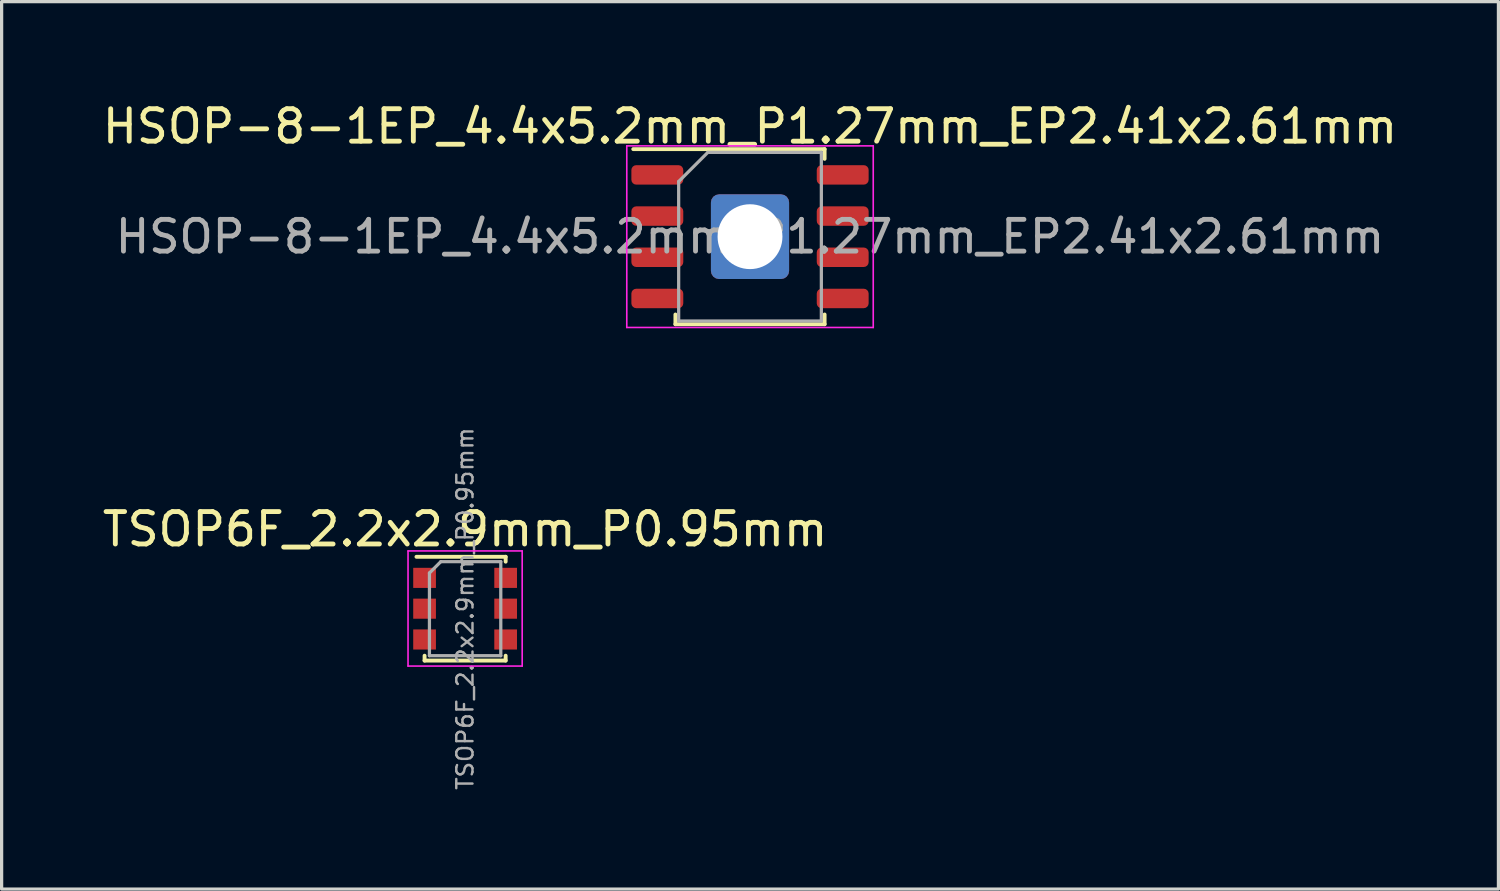
<source format=kicad_pcb>
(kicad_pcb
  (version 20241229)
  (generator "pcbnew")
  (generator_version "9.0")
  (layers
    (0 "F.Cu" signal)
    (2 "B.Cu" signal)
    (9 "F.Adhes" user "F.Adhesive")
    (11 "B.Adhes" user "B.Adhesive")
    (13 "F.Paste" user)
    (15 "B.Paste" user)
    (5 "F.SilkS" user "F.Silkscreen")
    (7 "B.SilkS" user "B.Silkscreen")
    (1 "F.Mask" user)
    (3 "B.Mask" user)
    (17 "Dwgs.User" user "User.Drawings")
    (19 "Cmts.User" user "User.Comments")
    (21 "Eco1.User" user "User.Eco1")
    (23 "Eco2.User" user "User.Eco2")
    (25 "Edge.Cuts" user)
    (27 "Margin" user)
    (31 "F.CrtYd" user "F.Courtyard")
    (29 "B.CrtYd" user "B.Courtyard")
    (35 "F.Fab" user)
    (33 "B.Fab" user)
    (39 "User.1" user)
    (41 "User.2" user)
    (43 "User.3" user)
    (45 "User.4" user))
  (footprint "HSOP-8-1EP_4.4x5.2mm_P1.27mm_EP2.41x2.61mm"
    (layer "F.Cu")
    (at 20.077 4.248)
    (property "Reference" "HSOP-8-1EP_4.4x5.2mm_P1.27mm_EP2.41x2.61mm" (at 0 -3.4 0) (layer "F.SilkS") (effects (font (size 1 1) (thickness 0.15))))
    (attr smd)
    (fp_line (start -3.6 -2.7) (end 2.3 -2.7) (stroke (width 0.12) (type solid)) (layer "F.SilkS"))
    (fp_line (start -2.3 2.4) (end -2.3 2.7) (stroke (width 0.12) (type solid)) (layer "F.SilkS"))
    (fp_line (start -2.3 2.7) (end 2.3 2.7) (stroke (width 0.12) (type solid)) (layer "F.SilkS"))
    (fp_line (start 2.3 -2.7) (end 2.3 -2.4) (stroke (width 0.12) (type solid)) (layer "F.SilkS"))
    (fp_line (start 2.3 2.4) (end 2.3 2.7) (stroke (width 0.12) (type solid)) (layer "F.SilkS"))
    (fp_line (start -3.8 -2.8) (end -3.8 2.8) (stroke (width 0.05) (type solid)) (layer "F.CrtYd"))
    (fp_line (start -3.8 2.8) (end 3.8 2.8) (stroke (width 0.05) (type solid)) (layer "F.CrtYd"))
    (fp_line (start 3.8 -2.8) (end -3.8 -2.8) (stroke (width 0.05) (type solid)) (layer "F.CrtYd"))
    (fp_line (start 3.8 2.8) (end 3.8 -2.8) (stroke (width 0.05) (type solid)) (layer "F.CrtYd"))
    (fp_line (start -2.2 -1.7) (end -1.3 -2.6) (stroke (width 0.1) (type solid)) (layer "F.Fab"))
    (fp_line (start -2.2 2.6) (end -2.2 -1.7) (stroke (width 0.1) (type solid)) (layer "F.Fab"))
    (fp_line (start -1.3 -2.6) (end 2.2 -2.6) (stroke (width 0.1) (type solid)) (layer "F.Fab"))
    (fp_line (start 2.2 -2.6) (end 2.2 2.6) (stroke (width 0.1) (type solid)) (layer "F.Fab"))
    (fp_line (start 2.2 2.6) (end -2.2 2.6) (stroke (width 0.1) (type solid)) (layer "F.Fab"))
    (fp_text user "${REFERENCE}" (at 0 0 0) (layer "F.Fab") (effects (font (size 0.98 0.98) (thickness 0.15))))
    (pad "1" smd roundrect (at -2.858 -1.905) (size 1.6 0.6) (layers "F.Cu" "F.Mask" "F.Paste") (roundrect_rratio 0.25))
    (pad "2" smd roundrect (at -2.858 -0.635) (size 1.6 0.6) (layers "F.Cu" "F.Mask" "F.Paste") (roundrect_rratio 0.25))
    (pad "3" smd roundrect (at -2.858 0.635) (size 1.6 0.6) (layers "F.Cu" "F.Mask" "F.Paste") (roundrect_rratio 0.25))
    (pad "4" smd roundrect (at -2.858 1.905) (size 1.6 0.6) (layers "F.Cu" "F.Mask" "F.Paste") (roundrect_rratio 0.25))
    (pad "5" smd roundrect (at 2.858 1.905) (size 1.6 0.6) (layers "F.Cu" "F.Mask" "F.Paste") (roundrect_rratio 0.25))
    (pad "6" smd roundrect (at 2.858 0.635) (size 1.6 0.6) (layers "F.Cu" "F.Mask" "F.Paste") (roundrect_rratio 0.25))
    (pad "7" smd roundrect (at 2.858 -0.635) (size 1.6 0.6) (layers "F.Cu" "F.Mask" "F.Paste") (roundrect_rratio 0.25))
    (pad "8" smd roundrect (at 2.858 -1.905) (size 1.6 0.6) (layers "F.Cu" "F.Mask" "F.Paste") (roundrect_rratio 0.25))
    (pad "9" thru_hole roundrect (at 0 0) (size 2.41 2.61) (drill 2) (layers "*.Cu" "*.Mask") (roundrect_rratio 0.104)))
  (footprint "TSOP6F_2.2x2.9mm_P0.95mm"
    (layer "F.Cu")
    (at 11.292 15.719)
    (property "Reference" "TSOP6F_2.2x2.9mm_P0.95mm" (at 0 -2.45 0) (layer "F.SilkS") (effects (font (size 1 1) (thickness 0.15))))
    (attr smd)
    (fp_line (start -1.25 1.45) (end -1.25 1.6) (stroke (width 0.12) (type solid)) (layer "F.SilkS"))
    (fp_line (start -1.25 1.6) (end 1.25 1.6) (stroke (width 0.12) (type solid)) (layer "F.SilkS"))
    (fp_line (start 1.25 -1.6) (end -1.5 -1.6) (stroke (width 0.12) (type solid)) (layer "F.SilkS"))
    (fp_line (start 1.25 -1.6) (end 1.25 -1.45) (stroke (width 0.12) (type solid)) (layer "F.SilkS"))
    (fp_line (start 1.25 1.45) (end 1.25 1.6) (stroke (width 0.12) (type solid)) (layer "F.SilkS"))
    (fp_line (start -1.76 -1.78) (end -1.76 1.77) (stroke (width 0.05) (type solid)) (layer "F.CrtYd"))
    (fp_line (start -1.76 -1.78) (end 1.76 -1.78) (stroke (width 0.05) (type solid)) (layer "F.CrtYd"))
    (fp_line (start 1.76 1.77) (end -1.76 1.77) (stroke (width 0.05) (type solid)) (layer "F.CrtYd"))
    (fp_line (start 1.76 1.77) (end 1.76 -1.78) (stroke (width 0.05) (type solid)) (layer "F.CrtYd"))
    (fp_line (start -1.1 -1.1) (end -1.1 1.45) (stroke (width 0.1) (type solid)) (layer "F.Fab"))
    (fp_line (start -1.1 -1.1) (end -0.75 -1.45) (stroke (width 0.1) (type solid)) (layer "F.Fab"))
    (fp_line (start 1.1 -1.45) (end -0.75 -1.45) (stroke (width 0.1) (type solid)) (layer "F.Fab"))
    (fp_line (start 1.1 -1.45) (end 1.1 1.45) (stroke (width 0.1) (type solid)) (layer "F.Fab"))
    (fp_line (start 1.1 1.45) (end -1.1 1.45) (stroke (width 0.1) (type solid)) (layer "F.Fab"))
    (fp_text user "${REFERENCE}" (at 0 0 90) (layer "F.Fab") (effects (font (size 0.5 0.5) (thickness 0.075))))
    (pad "1" smd rect (at -1.25 -0.95) (size 0.7 0.62) (layers "F.Cu" "F.Mask" "F.Paste"))
    (pad "2" smd rect (at -1.25 0) (size 0.7 0.62) (layers "F.Cu" "F.Mask" "F.Paste"))
    (pad "3" smd rect (at -1.25 0.95) (size 0.7 0.62) (layers "F.Cu" "F.Mask" "F.Paste"))
    (pad "4" smd rect (at 1.25 0.95) (size 0.7 0.62) (layers "F.Cu" "F.Mask" "F.Paste"))
    (pad "5" smd rect (at 1.25 0) (size 0.7 0.62) (layers "F.Cu" "F.Mask" "F.Paste"))
    (pad "6" smd rect (at 1.25 -0.95) (size 0.7 0.62) (layers "F.Cu" "F.Mask" "F.Paste")))
  (gr_rect
    (start -3 -3)
    (end 43.155 24.365)
    (stroke (width 0.1) (type default))
    (fill no)
    (layer "Edge.Cuts")))
</source>
